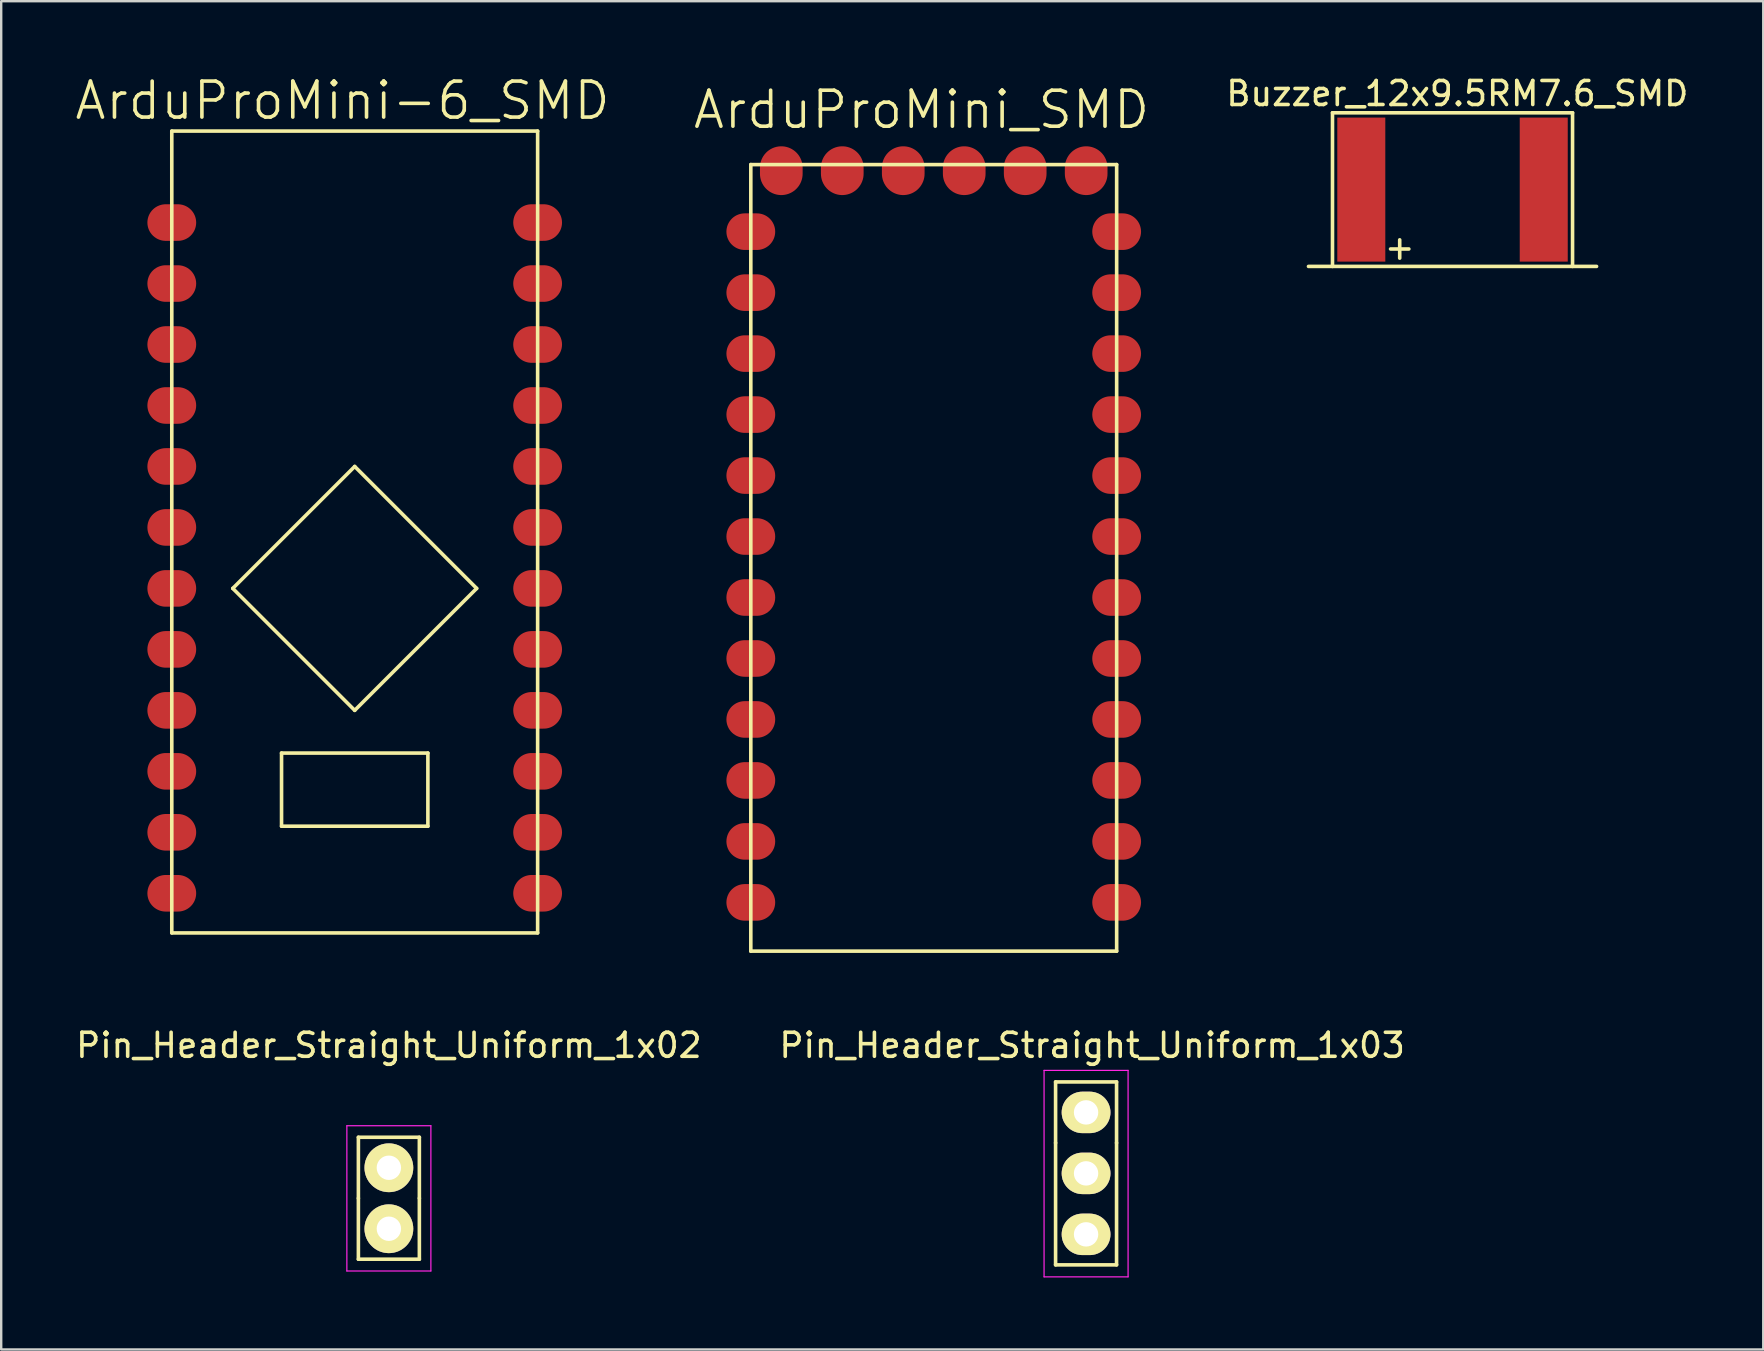
<source format=kicad_pcb>
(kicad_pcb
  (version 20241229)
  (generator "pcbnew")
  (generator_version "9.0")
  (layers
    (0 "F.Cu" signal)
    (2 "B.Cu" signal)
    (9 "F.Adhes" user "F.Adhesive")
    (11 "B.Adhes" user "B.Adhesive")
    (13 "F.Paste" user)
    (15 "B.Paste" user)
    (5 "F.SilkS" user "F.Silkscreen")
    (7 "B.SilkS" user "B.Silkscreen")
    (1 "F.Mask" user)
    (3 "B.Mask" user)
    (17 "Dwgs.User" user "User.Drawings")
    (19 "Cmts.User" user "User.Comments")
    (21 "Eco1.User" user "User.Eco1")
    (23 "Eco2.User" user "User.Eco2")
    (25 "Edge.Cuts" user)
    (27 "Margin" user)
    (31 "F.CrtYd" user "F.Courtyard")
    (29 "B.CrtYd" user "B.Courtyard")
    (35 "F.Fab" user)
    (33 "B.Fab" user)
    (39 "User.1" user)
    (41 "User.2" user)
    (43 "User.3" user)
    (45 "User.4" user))
  (footprint "Pin_Header_Straight_Uniform_1x03"
    (layer "F.Cu")
    (at 42.192 43.289)
    (property "Reference" "Pin_Header_Straight_Uniform_1x03" (at 0.254 -2.794 0) (layer "F.SilkS") (effects (font (size 1 1) (thickness 0.15))))
    (attr through_hole)
    (fp_line (start -1.27 -1.27) (end -1.27 1.27) (stroke (width 0.15) (type solid)) (layer "F.SilkS"))
    (fp_line (start -1.27 1.27) (end -1.27 6.35) (stroke (width 0.15) (type solid)) (layer "F.SilkS"))
    (fp_line (start -1.27 6.35) (end 1.27 6.35) (stroke (width 0.15) (type solid)) (layer "F.SilkS"))
    (fp_line (start 1.27 -1.27) (end -1.27 -1.27) (stroke (width 0.15) (type solid)) (layer "F.SilkS"))
    (fp_line (start 1.27 1.27) (end 1.27 -1.27) (stroke (width 0.15) (type solid)) (layer "F.SilkS"))
    (fp_line (start 1.27 6.35) (end 1.27 1.27) (stroke (width 0.15) (type solid)) (layer "F.SilkS"))
    (fp_line (start -1.75 -1.75) (end -1.75 6.85) (stroke (width 0.05) (type solid)) (layer "F.CrtYd"))
    (fp_line (start -1.75 -1.75) (end 1.75 -1.75) (stroke (width 0.05) (type solid)) (layer "F.CrtYd"))
    (fp_line (start -1.75 6.85) (end 1.75 6.85) (stroke (width 0.05) (type solid)) (layer "F.CrtYd"))
    (fp_line (start 1.75 -1.75) (end 1.75 6.85) (stroke (width 0.05) (type solid)) (layer "F.CrtYd"))
    (pad "1" thru_hole oval (at 0 0) (size 2.032 1.727) (drill 1.016) (layers "*.Cu" "*.Mask" "F.SilkS"))
    (pad "2" thru_hole oval (at 0 2.54) (size 2.032 1.727) (drill 1.016) (layers "*.Cu" "*.Mask" "F.SilkS"))
    (pad "3" thru_hole oval (at 0 5.08) (size 2.032 1.727) (drill 1.016) (layers "*.Cu" "*.Mask" "F.SilkS")))
  (footprint "Buzzer_12x9.5RM7.6_SMD"
    (layer "F.Cu")
    (at 57.457 8.15)
    (property "Reference" "Buzzer_12x9.5RM7.6_SMD" (at 0.2 -7.302 0) (layer "F.SilkS") (effects (font (size 1 1) (thickness 0.15))))
    (attr through_hole)
    (fp_line (start -6 -0.102) (end 6 -0.102) (stroke (width 0.15) (type solid)) (layer "F.SilkS"))
    (fp_line (start -5 -6.502) (end -5 -0.102) (stroke (width 0.15) (type solid)) (layer "F.SilkS"))
    (fp_line (start 5 -6.502) (end -5 -6.502) (stroke (width 0.15) (type solid)) (layer "F.SilkS"))
    (fp_line (start 5 -0.102) (end 5 -6.502) (stroke (width 0.15) (type solid)) (layer "F.SilkS"))
    (fp_text user "+" (at -2.2 -0.902 0) (layer "F.SilkS") (effects (font (size 1 1) (thickness 0.15))))
    (pad "1" smd rect (at -3.8 -3.302) (size 2 6) (layers "F.Cu" "F.Mask" "F.Paste"))
    (pad "2" smd rect (at 3.8 -3.302) (size 2 6) (layers "F.Cu" "F.Mask" "F.Paste")))
  (footprint "Pin_Header_Straight_Uniform_1x02"
    (layer "F.Cu")
    (at 13.149 45.595)
    (property "Reference" "Pin_Header_Straight_Uniform_1x02" (at 0 -5.1 0) (layer "F.SilkS") (effects (font (size 1 1) (thickness 0.15))))
    (attr through_hole)
    (fp_line (start -1.27 -1.27) (end -1.27 1.27) (stroke (width 0.15) (type solid)) (layer "F.SilkS"))
    (fp_line (start -1.27 1.27) (end -1.27 3.81) (stroke (width 0.15) (type solid)) (layer "F.SilkS"))
    (fp_line (start -1.27 3.81) (end 1.27 3.81) (stroke (width 0.15) (type solid)) (layer "F.SilkS"))
    (fp_line (start 1.27 -1.27) (end -1.27 -1.27) (stroke (width 0.15) (type solid)) (layer "F.SilkS"))
    (fp_line (start 1.27 1.27) (end 1.27 -1.27) (stroke (width 0.15) (type solid)) (layer "F.SilkS"))
    (fp_line (start 1.27 1.27) (end 1.27 3.81) (stroke (width 0.15) (type solid)) (layer "F.SilkS"))
    (fp_line (start -1.75 -1.75) (end -1.75 4.3) (stroke (width 0.05) (type solid)) (layer "F.CrtYd"))
    (fp_line (start -1.75 -1.75) (end 1.75 -1.75) (stroke (width 0.05) (type solid)) (layer "F.CrtYd"))
    (fp_line (start -1.75 4.3) (end 1.75 4.3) (stroke (width 0.05) (type solid)) (layer "F.CrtYd"))
    (fp_line (start 1.75 -1.75) (end 1.75 4.3) (stroke (width 0.05) (type solid)) (layer "F.CrtYd"))
    (pad "1" thru_hole oval (at 0 0) (size 2.032 2.032) (drill 1.016) (layers "*.Cu" "*.Mask" "F.SilkS"))
    (pad "2" thru_hole oval (at 0 2.54) (size 2.032 2.032) (drill 1.016) (layers "*.Cu" "*.Mask" "F.SilkS")))
  (footprint "ArduProMini-6_SMD"
    (layer "F.Cu")
    (at 11.726 19.175)
    (property "Reference" "ArduProMini-6_SMD" (at -0.508 -18.034 0) (layer "F.SilkS") (effects (font (size 1.5 1.5) (thickness 0.15))))
    (attr through_hole)
    (fp_line (start -7.62 -16.764) (end 7.62 -16.764) (stroke (width 0.15) (type solid)) (layer "F.SilkS"))
    (fp_line (start -7.62 16.637) (end -7.62 -16.764) (stroke (width 0.15) (type solid)) (layer "F.SilkS"))
    (fp_line (start -5.08 2.286) (end 0 -2.794) (stroke (width 0.15) (type solid)) (layer "F.SilkS"))
    (fp_line (start -3.048 9.144) (end -3.048 12.192) (stroke (width 0.15) (type solid)) (layer "F.SilkS"))
    (fp_line (start -3.048 9.144) (end 3.048 9.144) (stroke (width 0.15) (type solid)) (layer "F.SilkS"))
    (fp_line (start 0 -2.794) (end 5.08 2.286) (stroke (width 0.15) (type solid)) (layer "F.SilkS"))
    (fp_line (start 0 7.366) (end -5.08 2.286) (stroke (width 0.15) (type solid)) (layer "F.SilkS"))
    (fp_line (start 3.048 12.192) (end -3.048 12.192) (stroke (width 0.15) (type solid)) (layer "F.SilkS"))
    (fp_line (start 3.048 12.192) (end 3.048 9.144) (stroke (width 0.15) (type solid)) (layer "F.SilkS"))
    (fp_line (start 5.08 2.286) (end 0 7.366) (stroke (width 0.15) (type solid)) (layer "F.SilkS"))
    (fp_line (start 7.62 -16.764) (end 7.62 16.637) (stroke (width 0.15) (type solid)) (layer "F.SilkS"))
    (fp_line (start 7.62 16.637) (end -7.62 16.637) (stroke (width 0.15) (type solid)) (layer "F.SilkS"))
    (pad "7" smd oval (at -7.62 -12.954) (size 2.032 1.524) (layers "F.Cu" "F.Mask" "F.Paste"))
    (pad "8" smd oval (at -7.62 -10.414) (size 2.032 1.524) (layers "F.Cu" "F.Mask" "F.Paste"))
    (pad "9" smd oval (at -7.62 -7.874) (size 2.032 1.524) (layers "F.Cu" "F.Mask" "F.Paste"))
    (pad "10" smd oval (at -7.62 -5.334) (size 2.032 1.524) (layers "F.Cu" "F.Mask" "F.Paste"))
    (pad "11" smd oval (at -7.62 -2.794) (size 2.032 1.524) (layers "F.Cu" "F.Mask" "F.Paste"))
    (pad "12" smd oval (at -7.62 -0.254) (size 2.032 1.524) (layers "F.Cu" "F.Mask" "F.Paste"))
    (pad "13" smd oval (at -7.62 2.286) (size 2.032 1.524) (layers "F.Cu" "F.Mask" "F.Paste"))
    (pad "14" smd oval (at -7.62 4.826) (size 2.032 1.524) (layers "F.Cu" "F.Mask" "F.Paste"))
    (pad "15" smd oval (at -7.62 7.366) (size 2.032 1.524) (layers "F.Cu" "F.Mask" "F.Paste"))
    (pad "16" smd oval (at -7.62 9.906) (size 2.032 1.524) (layers "F.Cu" "F.Mask" "F.Paste"))
    (pad "17" smd oval (at -7.62 12.446) (size 2.032 1.524) (layers "F.Cu" "F.Mask" "F.Paste"))
    (pad "18" smd oval (at -7.62 14.986) (size 2.032 1.524) (layers "F.Cu" "F.Mask" "F.Paste"))
    (pad "19" smd oval (at 7.62 -12.954) (size 2.032 1.524) (layers "F.Cu" "F.Mask" "F.Paste"))
    (pad "20" smd oval (at 7.62 -10.414) (size 2.032 1.524) (layers "F.Cu" "F.Mask" "F.Paste"))
    (pad "21" smd oval (at 7.62 -7.874) (size 2.032 1.524) (layers "F.Cu" "F.Mask" "F.Paste"))
    (pad "22" smd oval (at 7.62 -5.334) (size 2.032 1.524) (layers "F.Cu" "F.Mask" "F.Paste"))
    (pad "23" smd oval (at 7.62 -2.794) (size 2.032 1.524) (layers "F.Cu" "F.Mask" "F.Paste"))
    (pad "24" smd oval (at 7.62 -0.254) (size 2.032 1.524) (layers "F.Cu" "F.Mask" "F.Paste"))
    (pad "25" smd oval (at 7.62 2.286) (size 2.032 1.524) (layers "F.Cu" "F.Mask" "F.Paste"))
    (pad "26" smd oval (at 7.62 4.826) (size 2.032 1.524) (layers "F.Cu" "F.Mask" "F.Paste"))
    (pad "27" smd oval (at 7.62 7.366) (size 2.032 1.524) (layers "F.Cu" "F.Mask" "F.Paste"))
    (pad "28" smd oval (at 7.62 9.906) (size 2.032 1.524) (layers "F.Cu" "F.Mask" "F.Paste"))
    (pad "29" smd oval (at 7.62 12.446) (size 2.032 1.524) (layers "F.Cu" "F.Mask" "F.Paste"))
    (pad "30" smd oval (at 7.62 14.986) (size 2.032 1.524) (layers "F.Cu" "F.Mask" "F.Paste")))
  (footprint "ArduProMini_SMD"
    (layer "F.Cu")
    (at 25.686 0.25)
    (property "Reference" "ArduProMini_SMD" (at 9.652 1.27 0) (layer "F.SilkS") (effects (font (size 1.5 1.5) (thickness 0.15))))
    (attr through_hole)
    (fp_line (start 2.54 3.556) (end 17.78 3.556) (stroke (width 0.15) (type solid)) (layer "F.SilkS"))
    (fp_line (start 2.54 36.322) (end 2.54 3.556) (stroke (width 0.15) (type solid)) (layer "F.SilkS"))
    (fp_line (start 17.78 3.556) (end 17.78 36.322) (stroke (width 0.15) (type solid)) (layer "F.SilkS"))
    (fp_line (start 17.78 36.322) (end 2.54 36.322) (stroke (width 0.15) (type solid)) (layer "F.SilkS"))
    (pad "1" smd oval (at 3.81 3.81) (size 1.778 2.032) (layers "F.Cu" "F.Mask" "F.Paste"))
    (pad "2" smd oval (at 6.35 3.81) (size 1.778 2.032) (layers "F.Cu" "F.Mask" "F.Paste"))
    (pad "3" smd oval (at 8.89 3.81) (size 1.778 2.032) (layers "F.Cu" "F.Mask" "F.Paste"))
    (pad "4" smd oval (at 11.43 3.81) (size 1.778 2.032) (layers "F.Cu" "F.Mask" "F.Paste"))
    (pad "5" smd oval (at 13.97 3.81) (size 1.778 2.032) (layers "F.Cu" "F.Mask" "F.Paste"))
    (pad "6" smd oval (at 16.51 3.81) (size 1.778 2.032) (layers "F.Cu" "F.Mask" "F.Paste"))
    (pad "7" smd oval (at 2.54 6.35) (size 2.032 1.524) (layers "F.Cu" "F.Mask" "F.Paste"))
    (pad "8" smd oval (at 2.54 8.89) (size 2.032 1.524) (layers "F.Cu" "F.Mask" "F.Paste"))
    (pad "9" smd oval (at 2.54 11.43) (size 2.032 1.524) (layers "F.Cu" "F.Mask" "F.Paste"))
    (pad "10" smd oval (at 2.54 13.97) (size 2.032 1.524) (layers "F.Cu" "F.Mask" "F.Paste"))
    (pad "11" smd oval (at 2.54 16.51) (size 2.032 1.524) (layers "F.Cu" "F.Mask" "F.Paste"))
    (pad "12" smd oval (at 2.54 19.05) (size 2.032 1.524) (layers "F.Cu" "F.Mask" "F.Paste"))
    (pad "13" smd oval (at 2.54 21.59) (size 2.032 1.524) (layers "F.Cu" "F.Mask" "F.Paste"))
    (pad "14" smd oval (at 2.54 24.13) (size 2.032 1.524) (layers "F.Cu" "F.Mask" "F.Paste"))
    (pad "15" smd oval (at 2.54 26.67) (size 2.032 1.524) (layers "F.Cu" "F.Mask" "F.Paste"))
    (pad "16" smd oval (at 2.54 29.21) (size 2.032 1.524) (layers "F.Cu" "F.Mask" "F.Paste"))
    (pad "17" smd oval (at 2.54 31.75) (size 2.032 1.524) (layers "F.Cu" "F.Mask" "F.Paste"))
    (pad "18" smd oval (at 2.54 34.29) (size 2.032 1.524) (layers "F.Cu" "F.Mask" "F.Paste"))
    (pad "19" smd oval (at 17.78 6.35) (size 2.032 1.524) (layers "F.Cu" "F.Mask" "F.Paste"))
    (pad "20" smd oval (at 17.78 8.89) (size 2.032 1.524) (layers "F.Cu" "F.Mask" "F.Paste"))
    (pad "21" smd oval (at 17.78 11.43) (size 2.032 1.524) (layers "F.Cu" "F.Mask" "F.Paste"))
    (pad "22" smd oval (at 17.78 13.97) (size 2.032 1.524) (layers "F.Cu" "F.Mask" "F.Paste"))
    (pad "23" smd oval (at 17.78 16.51) (size 2.032 1.524) (layers "F.Cu" "F.Mask" "F.Paste"))
    (pad "24" smd oval (at 17.78 19.05) (size 2.032 1.524) (layers "F.Cu" "F.Mask" "F.Paste"))
    (pad "25" smd oval (at 17.78 21.59) (size 2.032 1.524) (layers "F.Cu" "F.Mask" "F.Paste"))
    (pad "26" smd oval (at 17.78 24.13) (size 2.032 1.524) (layers "F.Cu" "F.Mask" "F.Paste"))
    (pad "27" smd oval (at 17.78 26.67) (size 2.032 1.524) (layers "F.Cu" "F.Mask" "F.Paste"))
    (pad "28" smd oval (at 17.78 29.21) (size 2.032 1.524) (layers "F.Cu" "F.Mask" "F.Paste"))
    (pad "29" smd oval (at 17.78 31.75) (size 2.032 1.524) (layers "F.Cu" "F.Mask" "F.Paste"))
    (pad "30" smd oval (at 17.78 34.29) (size 2.032 1.524) (layers "F.Cu" "F.Mask" "F.Paste")))
  (gr_rect
    (start -3 -3)
    (end 70.401 53.164)
    (stroke (width 0.1) (type default))
    (fill no)
    (layer "Edge.Cuts")))
</source>
